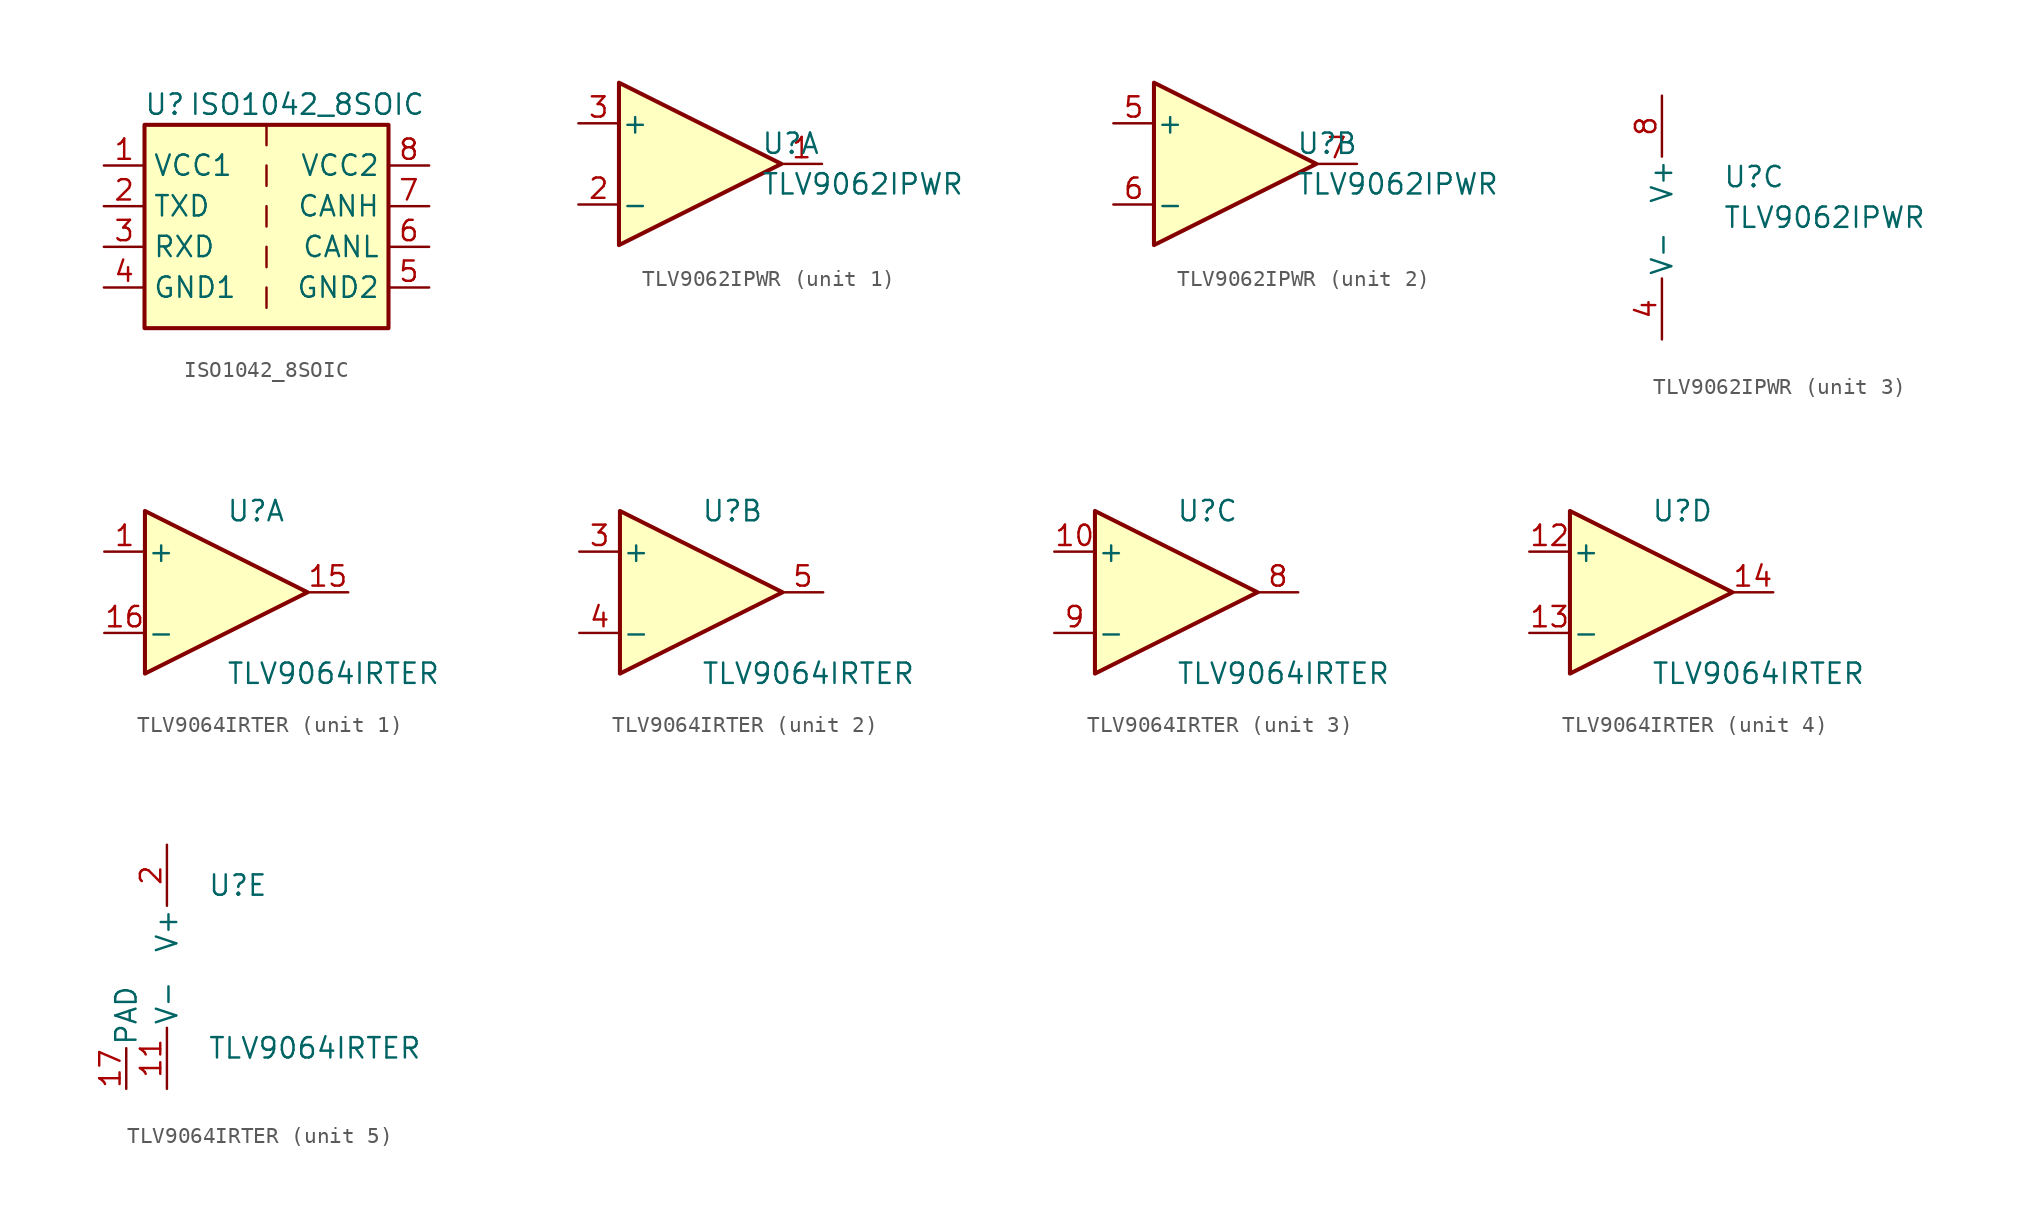
<source format=kicad_sym>
(kicad_symbol_lib
  (version 20211014)
  (generator kicad_symbol_editor)
  (symbol "ISO1042_8SOIC"
    (property "Reference" "U"
      (at -6.35 6.35 0)
      (effects (font (size 1.27 1.27))))
    (property "Value" "ISO1042_8SOIC"
      (at 2.54 6.35 0)
      (effects (font (size 1.27 1.27))))
    (symbol "ISO1042_8SOIC_0_1"
      (rectangle (start -7.62 5.08) (end 7.62 -7.62) (stroke (width 0.254) (type default) (color 0 0 0 0)) (fill (type background)))
      (polyline (pts (xy 0 -5.08) (xy 0 -6.35)) (stroke (width 0) (type default) (color 0 0 0 0)) (fill (type none)))
      (polyline (pts (xy 0 -2.54) (xy 0 -3.81)) (stroke (width 0) (type default) (color 0 0 0 0)) (fill (type none)))
      (polyline (pts (xy 0 0) (xy 0 -1.27)) (stroke (width 0) (type default) (color 0 0 0 0)) (fill (type none)))
      (polyline (pts (xy 0 2.54) (xy 0 1.27)) (stroke (width 0) (type default) (color 0 0 0 0)) (fill (type none)))
      (polyline (pts (xy 0 5.08) (xy 0 3.81)) (stroke (width 0) (type default) (color 0 0 0 0)) (fill (type none))))
    (symbol "ISO1042_8SOIC_1_1"
      (pin power_in line (at -10.16 2.54 0) (length 2.54) (name "VCC1" (effects (font (size 1.27 1.27)))) (number "1" (effects (font (size 1.27 1.27)))))
      (pin input line (at -10.16 0 0) (length 2.54) (name "TXD" (effects (font (size 1.27 1.27)))) (number "2" (effects (font (size 1.27 1.27)))))
      (pin output line (at -10.16 -2.54 0) (length 2.54) (name "RXD" (effects (font (size 1.27 1.27)))) (number "3" (effects (font (size 1.27 1.27)))))
      (pin power_in line (at -10.16 -5.08 0) (length 2.54) (name "GND1" (effects (font (size 1.27 1.27)))) (number "4" (effects (font (size 1.27 1.27)))))
      (pin power_in line (at 10.16 -5.08 180) (length 2.54) (name "GND2" (effects (font (size 1.27 1.27)))) (number "5" (effects (font (size 1.27 1.27)))))
      (pin bidirectional line (at 10.16 -2.54 180) (length 2.54) (name "CANL" (effects (font (size 1.27 1.27)))) (number "6" (effects (font (size 1.27 1.27)))))
      (pin bidirectional line (at 10.16 0 180) (length 2.54) (name "CANH" (effects (font (size 1.27 1.27)))) (number "7" (effects (font (size 1.27 1.27)))))
      (pin power_in line (at 10.16 2.54 180) (length 2.54) (name "VCC2" (effects (font (size 1.27 1.27)))) (number "8" (effects (font (size 1.27 1.27)))))))
  (symbol "TLV9062IPWR"
    (pin_names
      (offset 0.127))
    (property "Reference" "U"
      (at 3.81 1.27 0)
      (effects (font (size 1.27 1.27)) (justify left)))
    (property "Value" "TLV9062IPWR"
      (at 3.81 -1.27 0)
      (effects (font (size 1.27 1.27)) (justify left)))
    (property "ki_locked" ""
      (at 0 0 0)
      (effects (font (size 1.27 1.27))))
    (symbol "TLV9062IPWR_1_1"
      (polyline (pts (xy -5.08 5.08) (xy 5.08 0) (xy -5.08 -5.08) (xy -5.08 5.08)) (stroke (width 0.254) (type default) (color 0 0 0 0)) (fill (type background)))
      (pin output line (at 7.62 0 180) (length 2.54) (name "~" (effects (font (size 1.27 1.27)))) (number "1" (effects (font (size 1.27 1.27)))))
      (pin input line (at -7.62 -2.54 0) (length 2.54) (name "-" (effects (font (size 1.27 1.27)))) (number "2" (effects (font (size 1.27 1.27)))))
      (pin input line (at -7.62 2.54 0) (length 2.54) (name "+" (effects (font (size 1.27 1.27)))) (number "3" (effects (font (size 1.27 1.27))))))
    (symbol "TLV9062IPWR_2_1"
      (polyline (pts (xy -5.08 5.08) (xy 5.08 0) (xy -5.08 -5.08) (xy -5.08 5.08)) (stroke (width 0.254) (type default) (color 0 0 0 0)) (fill (type background)))
      (pin input line (at -7.62 2.54 0) (length 2.54) (name "+" (effects (font (size 1.27 1.27)))) (number "5" (effects (font (size 1.27 1.27)))))
      (pin input line (at -7.62 -2.54 0) (length 2.54) (name "-" (effects (font (size 1.27 1.27)))) (number "6" (effects (font (size 1.27 1.27)))))
      (pin output line (at 7.62 0 180) (length 2.54) (name "~" (effects (font (size 1.27 1.27)))) (number "7" (effects (font (size 1.27 1.27))))))
    (symbol "TLV9062IPWR_3_1"
      (pin power_in line (at 0 -8.89 90) (length 3.81) (name "V-" (effects (font (size 1.27 1.27)))) (number "4" (effects (font (size 1.27 1.27)))))
      (pin power_in line (at 0 6.35 270) (length 3.81) (name "V+" (effects (font (size 1.27 1.27)))) (number "8" (effects (font (size 1.27 1.27)))))))
  (symbol "TLV9064IRTER"
    (pin_names
      (offset 0.127))
    (property "Reference" "U"
      (at 0 5.08 0)
      (effects (font (size 1.27 1.27)) (justify left)))
    (property "Value" "TLV9064IRTER"
      (at 0 -5.08 0)
      (effects (font (size 1.27 1.27)) (justify left)))
    (property "ki_locked" ""
      (at 0 0 0)
      (effects (font (size 1.27 1.27))))
    (symbol "TLV9064IRTER_1_1"
      (polyline (pts (xy -5.08 5.08) (xy 5.08 0) (xy -5.08 -5.08) (xy -5.08 5.08)) (stroke (width 0.254) (type default) (color 0 0 0 0)) (fill (type background)))
      (pin input line (at -7.62 2.54 0) (length 2.54) (name "+" (effects (font (size 1.27 1.27)))) (number "1" (effects (font (size 1.27 1.27)))))
      (pin output line (at 7.62 0 180) (length 2.54) (name "~" (effects (font (size 1.27 1.27)))) (number "15" (effects (font (size 1.27 1.27)))))
      (pin input line (at -7.62 -2.54 0) (length 2.54) (name "-" (effects (font (size 1.27 1.27)))) (number "16" (effects (font (size 1.27 1.27))))))
    (symbol "TLV9064IRTER_2_1"
      (polyline (pts (xy -5.08 5.08) (xy 5.08 0) (xy -5.08 -5.08) (xy -5.08 5.08)) (stroke (width 0.254) (type default) (color 0 0 0 0)) (fill (type background)))
      (pin input line (at -7.62 2.54 0) (length 2.54) (name "+" (effects (font (size 1.27 1.27)))) (number "3" (effects (font (size 1.27 1.27)))))
      (pin input line (at -7.62 -2.54 0) (length 2.54) (name "-" (effects (font (size 1.27 1.27)))) (number "4" (effects (font (size 1.27 1.27)))))
      (pin input line (at 7.62 0 180) (length 2.54) (name "~" (effects (font (size 1.27 1.27)))) (number "5" (effects (font (size 1.27 1.27))))))
    (symbol "TLV9064IRTER_3_1"
      (polyline (pts (xy -5.08 5.08) (xy 5.08 0) (xy -5.08 -5.08) (xy -5.08 5.08)) (stroke (width 0.254) (type default) (color 0 0 0 0)) (fill (type background)))
      (pin input line (at -7.62 2.54 0) (length 2.54) (name "+" (effects (font (size 1.27 1.27)))) (number "10" (effects (font (size 1.27 1.27)))))
      (pin output line (at 7.62 0 180) (length 2.54) (name "~" (effects (font (size 1.27 1.27)))) (number "8" (effects (font (size 1.27 1.27)))))
      (pin input line (at -7.62 -2.54 0) (length 2.54) (name "-" (effects (font (size 1.27 1.27)))) (number "9" (effects (font (size 1.27 1.27))))))
    (symbol "TLV9064IRTER_4_1"
      (polyline (pts (xy -5.08 5.08) (xy 5.08 0) (xy -5.08 -5.08) (xy -5.08 5.08)) (stroke (width 0.254) (type default) (color 0 0 0 0)) (fill (type background)))
      (pin input line (at -7.62 2.54 0) (length 2.54) (name "+" (effects (font (size 1.27 1.27)))) (number "12" (effects (font (size 1.27 1.27)))))
      (pin input line (at -7.62 -2.54 0) (length 2.54) (name "-" (effects (font (size 1.27 1.27)))) (number "13" (effects (font (size 1.27 1.27)))))
      (pin output line (at 7.62 0 180) (length 2.54) (name "~" (effects (font (size 1.27 1.27)))) (number "14" (effects (font (size 1.27 1.27))))))
    (symbol "TLV9064IRTER_5_1"
      (pin power_in line (at -2.54 -7.62 90) (length 3.81) (name "V-" (effects (font (size 1.27 1.27)))) (number "11" (effects (font (size 1.27 1.27)))))
      (pin power_in line (at -5.08 -7.62 90) (length 2.54) (name "PAD" (effects (font (size 1.27 1.27)))) (number "17" (effects (font (size 1.27 1.27)))))
      (pin power_in line (at -2.54 7.62 270) (length 3.81) (name "V+" (effects (font (size 1.27 1.27)))) (number "2" (effects (font (size 1.27 1.27))))))))
</source>
